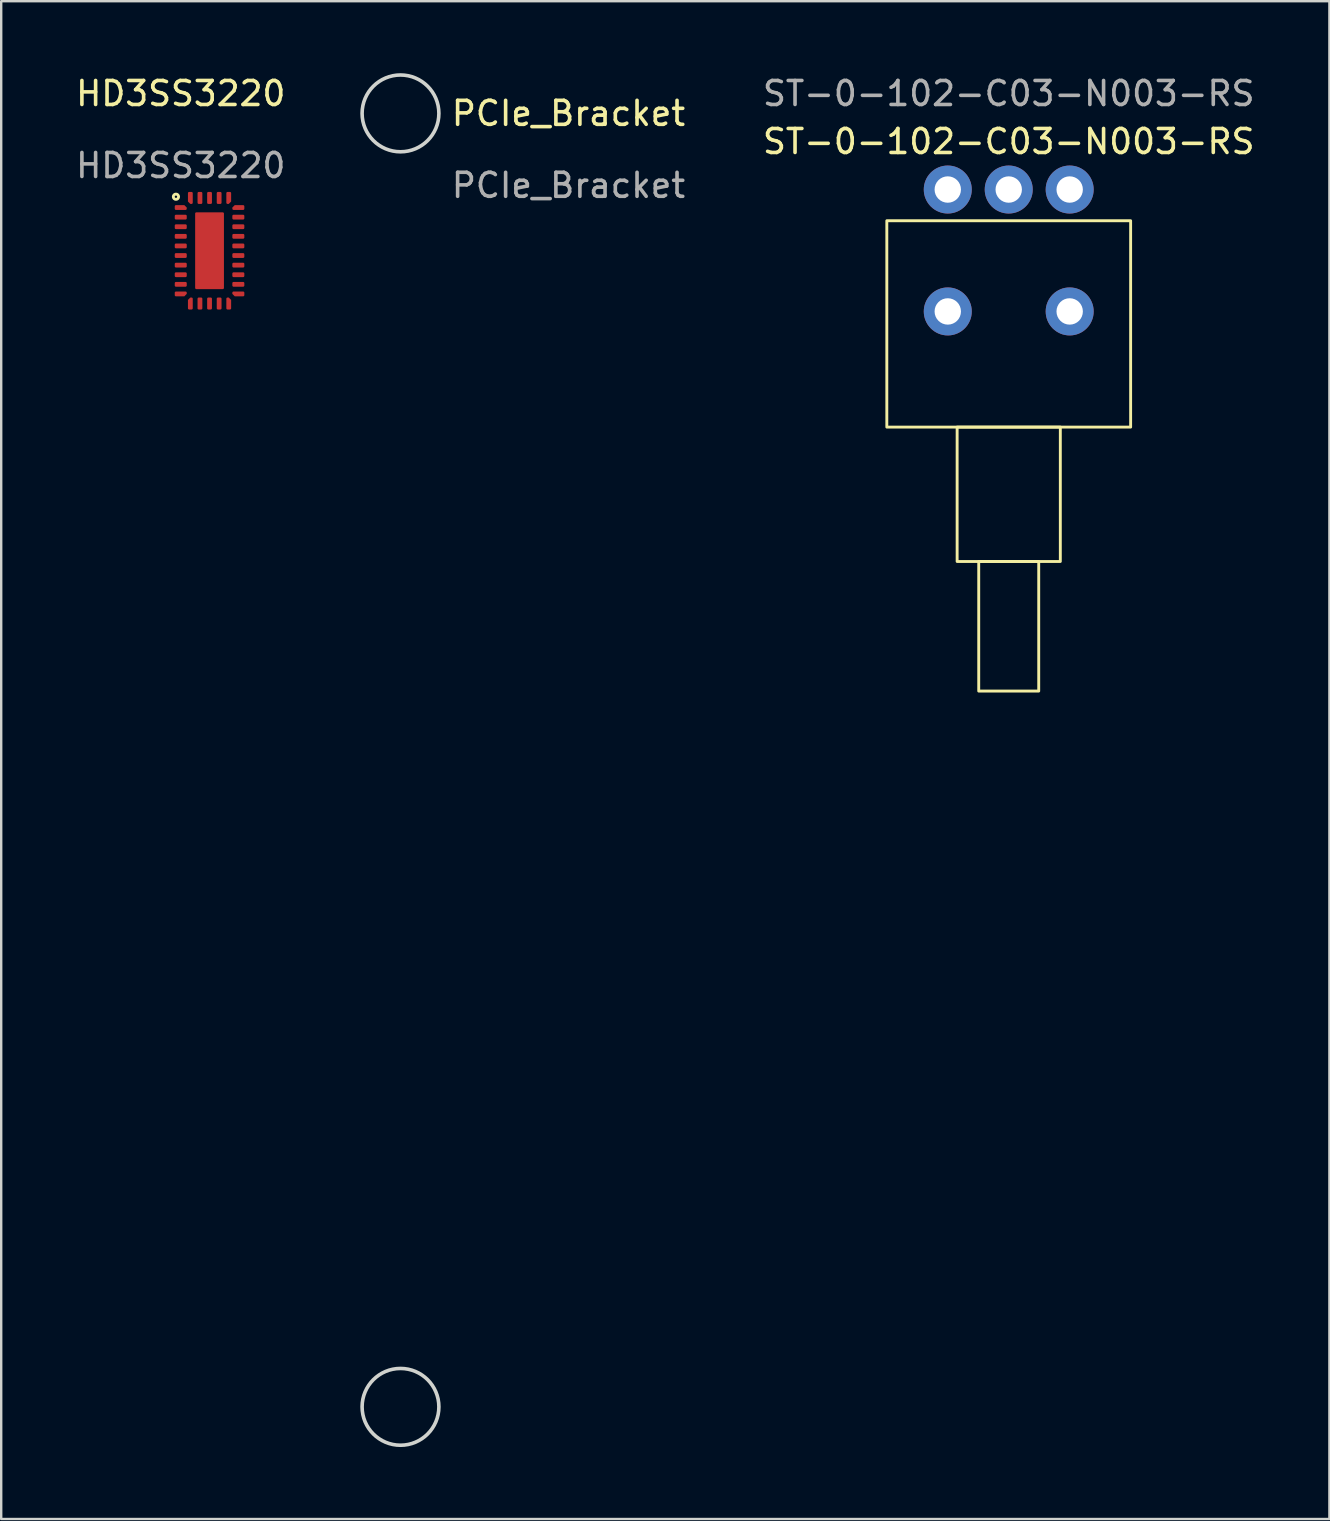
<source format=kicad_pcb>
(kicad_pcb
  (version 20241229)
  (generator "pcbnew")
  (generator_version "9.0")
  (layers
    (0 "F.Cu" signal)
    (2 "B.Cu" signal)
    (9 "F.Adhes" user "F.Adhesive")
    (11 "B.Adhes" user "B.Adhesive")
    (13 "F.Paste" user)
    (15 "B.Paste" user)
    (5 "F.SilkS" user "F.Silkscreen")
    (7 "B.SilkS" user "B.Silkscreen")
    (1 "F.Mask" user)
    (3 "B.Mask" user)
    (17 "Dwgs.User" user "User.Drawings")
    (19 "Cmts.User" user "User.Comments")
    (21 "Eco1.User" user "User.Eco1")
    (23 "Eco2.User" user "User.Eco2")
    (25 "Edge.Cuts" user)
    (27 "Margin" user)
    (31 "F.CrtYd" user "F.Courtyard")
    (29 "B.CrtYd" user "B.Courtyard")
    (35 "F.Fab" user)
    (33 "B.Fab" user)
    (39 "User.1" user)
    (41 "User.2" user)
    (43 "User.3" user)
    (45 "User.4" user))
  (footprint "ST-0-102-C03-N003-RS"
    (layer "F.Cu")
    (at 38.985 4.848)
    (property "Reference" "ST-0-102-C03-N003-RS" (at 0 -2 0) (unlocked yes) (layer "F.SilkS") (effects (font (size 1 1) (thickness 0.15))))
    (attr through_hole)
    (fp_rect (start -5.08 1.3) (end 5.08 9.9) (stroke (width 0.12) (type solid)) (fill no) (layer "F.SilkS"))
    (fp_rect (start -2.15 9.9) (end 2.15 15.5) (stroke (width 0.12) (type solid)) (fill no) (layer "F.SilkS"))
    (fp_rect (start -1.25 15.5) (end 1.25 20.9) (stroke (width 0.12) (type solid)) (fill no) (layer "F.SilkS"))
    (fp_text user "${REFERENCE}" (at 0 -4 0) (unlocked yes) (layer "F.Fab") (effects (font (size 1 1) (thickness 0.15))))
    (pad "" thru_hole circle (at -2.54 5.08) (size 2 2) (drill 1.1) (layers "*.Cu" "*.Mask"))
    (pad "" thru_hole circle (at 2.54 5.08) (size 2 2) (drill 1.1) (layers "*.Cu" "*.Mask"))
    (pad "1" thru_hole circle (at -2.54 0) (size 2 2) (drill 1.1) (layers "*.Cu" "*.Mask"))
    (pad "2" thru_hole circle (at 0 0) (size 2 2) (drill 1.1) (layers "*.Cu" "*.Mask"))
    (pad "3" thru_hole circle (at 2.54 0) (size 2 2) (drill 1.1) (layers "*.Cu" "*.Mask")))
  (footprint "PCIe_Bracket"
    (layer "F.Cu")
    (at 13.639 1.675)
    (property "Reference" "PCIe_Bracket" (at 7 0 0) (unlocked yes) (layer "F.SilkS") (effects (font (size 1 1) (thickness 0.15))))
    (fp_circle (center 0 0) (end 1.6 0) (stroke (width 0.15) (type solid)) (fill no) (layer "Edge.Cuts"))
    (fp_circle (center 0 53.9) (end 1.6 53.9) (stroke (width 0.15) (type solid)) (fill no) (layer "Edge.Cuts"))
    (fp_text user "${REFERENCE}" (at 7 3 0) (unlocked yes) (layer "F.Fab") (effects (font (size 1 1) (thickness 0.15)))))
  (footprint "HD3SS3220"
    (layer "F.Cu")
    (at 4.482 5.598)
    (property "Reference" "HD3SS3220" (at 0 -4.75 0) (unlocked yes) (layer "F.SilkS") (effects (font (size 1 1) (thickness 0.15))))
    (attr smd)
    (fp_circle (center -0.2 -0.45) (end -0.2 -0.4) (stroke (width 0.12) (type solid)) (fill no) (layer "F.SilkS"))
    (fp_text user "${REFERENCE}" (at 0 -1.75 0) (unlocked yes) (layer "F.Fab") (effects (font (size 1 1) (thickness 0.15))))
    (pad "1" smd roundrect (at 0 0) (size 0.5 0.2) (layers "F.Cu" "F.Mask" "F.Paste") (roundrect_rratio 0.25) (chamfer_ratio 0.5) (chamfer top_right))
    (pad "2" smd roundrect (at 0 0.4) (size 0.5 0.2) (layers "F.Cu" "F.Mask" "F.Paste") (roundrect_rratio 0.25))
    (pad "3" smd roundrect (at 0 0.8) (size 0.5 0.2) (layers "F.Cu" "F.Mask" "F.Paste") (roundrect_rratio 0.25))
    (pad "4" smd roundrect (at 0 1.2) (size 0.5 0.2) (layers "F.Cu" "F.Mask" "F.Paste") (roundrect_rratio 0.25))
    (pad "5" smd roundrect (at 0 1.6) (size 0.5 0.2) (layers "F.Cu" "F.Mask" "F.Paste") (roundrect_rratio 0.25))
    (pad "6" smd roundrect (at 0 2) (size 0.5 0.2) (layers "F.Cu" "F.Mask" "F.Paste") (roundrect_rratio 0.25))
    (pad "7" smd roundrect (at 0 2.4) (size 0.5 0.2) (layers "F.Cu" "F.Mask" "F.Paste") (roundrect_rratio 0.25))
    (pad "8" smd roundrect (at 0 2.8) (size 0.5 0.2) (layers "F.Cu" "F.Mask" "F.Paste") (roundrect_rratio 0.25))
    (pad "9" smd roundrect (at 0 3.2) (size 0.5 0.2) (layers "F.Cu" "F.Mask" "F.Paste") (roundrect_rratio 0.25))
    (pad "10" smd roundrect (at 0 3.6) (size 0.5 0.2) (layers "F.Cu" "F.Mask" "F.Paste") (roundrect_rratio 0.25) (chamfer_ratio 0.5) (chamfer bottom_right))
    (pad "11" smd roundrect (at 0.4 4) (size 0.2 0.5) (layers "F.Cu" "F.Mask" "F.Paste") (roundrect_rratio 0.25) (chamfer_ratio 0.5) (chamfer top_left))
    (pad "12" smd roundrect (at 0.8 4) (size 0.2 0.5) (layers "F.Cu" "F.Mask" "F.Paste") (roundrect_rratio 0.25))
    (pad "13" smd roundrect (at 1.2 4) (size 0.2 0.5) (layers "F.Cu" "F.Mask" "F.Paste") (roundrect_rratio 0.25))
    (pad "14" smd roundrect (at 1.6 4) (size 0.2 0.5) (layers "F.Cu" "F.Mask" "F.Paste") (roundrect_rratio 0.25))
    (pad "15" smd roundrect (at 2 4) (size 0.2 0.5) (layers "F.Cu" "F.Mask" "F.Paste") (roundrect_rratio 0.25) (chamfer_ratio 0.5) (chamfer top_right))
    (pad "16" smd roundrect (at 2.4 3.6) (size 0.5 0.2) (layers "F.Cu" "F.Mask" "F.Paste") (roundrect_rratio 0.25) (chamfer_ratio 0.5) (chamfer bottom_left))
    (pad "17" smd roundrect (at 2.4 3.2) (size 0.5 0.2) (layers "F.Cu" "F.Mask" "F.Paste") (roundrect_rratio 0.25))
    (pad "18" smd roundrect (at 2.4 2.8) (size 0.5 0.2) (layers "F.Cu" "F.Mask" "F.Paste") (roundrect_rratio 0.25))
    (pad "19" smd roundrect (at 2.4 2.4) (size 0.5 0.2) (layers "F.Cu" "F.Mask" "F.Paste") (roundrect_rratio 0.25))
    (pad "20" smd roundrect (at 2.4 2) (size 0.5 0.2) (layers "F.Cu" "F.Mask" "F.Paste") (roundrect_rratio 0.25))
    (pad "21" smd roundrect (at 2.4 1.6) (size 0.5 0.2) (layers "F.Cu" "F.Mask" "F.Paste") (roundrect_rratio 0.25))
    (pad "22" smd roundrect (at 2.4 1.2) (size 0.5 0.2) (layers "F.Cu" "F.Mask" "F.Paste") (roundrect_rratio 0.25))
    (pad "23" smd roundrect (at 2.4 0.8) (size 0.5 0.2) (layers "F.Cu" "F.Mask" "F.Paste") (roundrect_rratio 0.25))
    (pad "24" smd roundrect (at 2.4 0.4) (size 0.5 0.2) (layers "F.Cu" "F.Mask" "F.Paste") (roundrect_rratio 0.25))
    (pad "25" smd roundrect (at 2.4 0) (size 0.5 0.2) (layers "F.Cu" "F.Mask" "F.Paste") (roundrect_rratio 0.25) (chamfer_ratio 0.5) (chamfer top_left))
    (pad "26" smd roundrect (at 2 -0.4) (size 0.2 0.5) (layers "F.Cu" "F.Mask" "F.Paste") (roundrect_rratio 0.25) (chamfer_ratio 0.5) (chamfer bottom_right))
    (pad "27" smd roundrect (at 1.6 -0.4) (size 0.2 0.5) (layers "F.Cu" "F.Mask" "F.Paste") (roundrect_rratio 0.25))
    (pad "28" smd roundrect (at 1.2 -0.4) (size 0.2 0.5) (layers "F.Cu" "F.Mask" "F.Paste") (roundrect_rratio 0.25))
    (pad "29" smd roundrect (at 0.8 -0.4) (size 0.2 0.5) (layers "F.Cu" "F.Mask" "F.Paste") (roundrect_rratio 0.25))
    (pad "30" smd roundrect (at 0.4 -0.4) (size 0.2 0.5) (layers "F.Cu" "F.Mask" "F.Paste") (roundrect_rratio 0.25) (chamfer_ratio 0.5) (chamfer bottom_left))
    (pad "31" smd roundrect (at 1.2 1) (size 1.1 1.4) (layers "F.Cu" "F.Paste") (roundrect_rratio 0.042))
    (pad "31" smd roundrect (at 1.2 1.8) (size 1.2 3.2) (layers "F.Cu" "F.Mask") (roundrect_rratio 0.042))
    (pad "31" smd roundrect (at 1.2 2.6) (size 1.1 1.4) (layers "F.Cu" "F.Paste") (roundrect_rratio 0.042)))
  (gr_rect
    (start -3 -3)
    (end 52.348 60.25)
    (stroke (width 0.1) (type default))
    (fill no)
    (layer "Edge.Cuts")))
</source>
